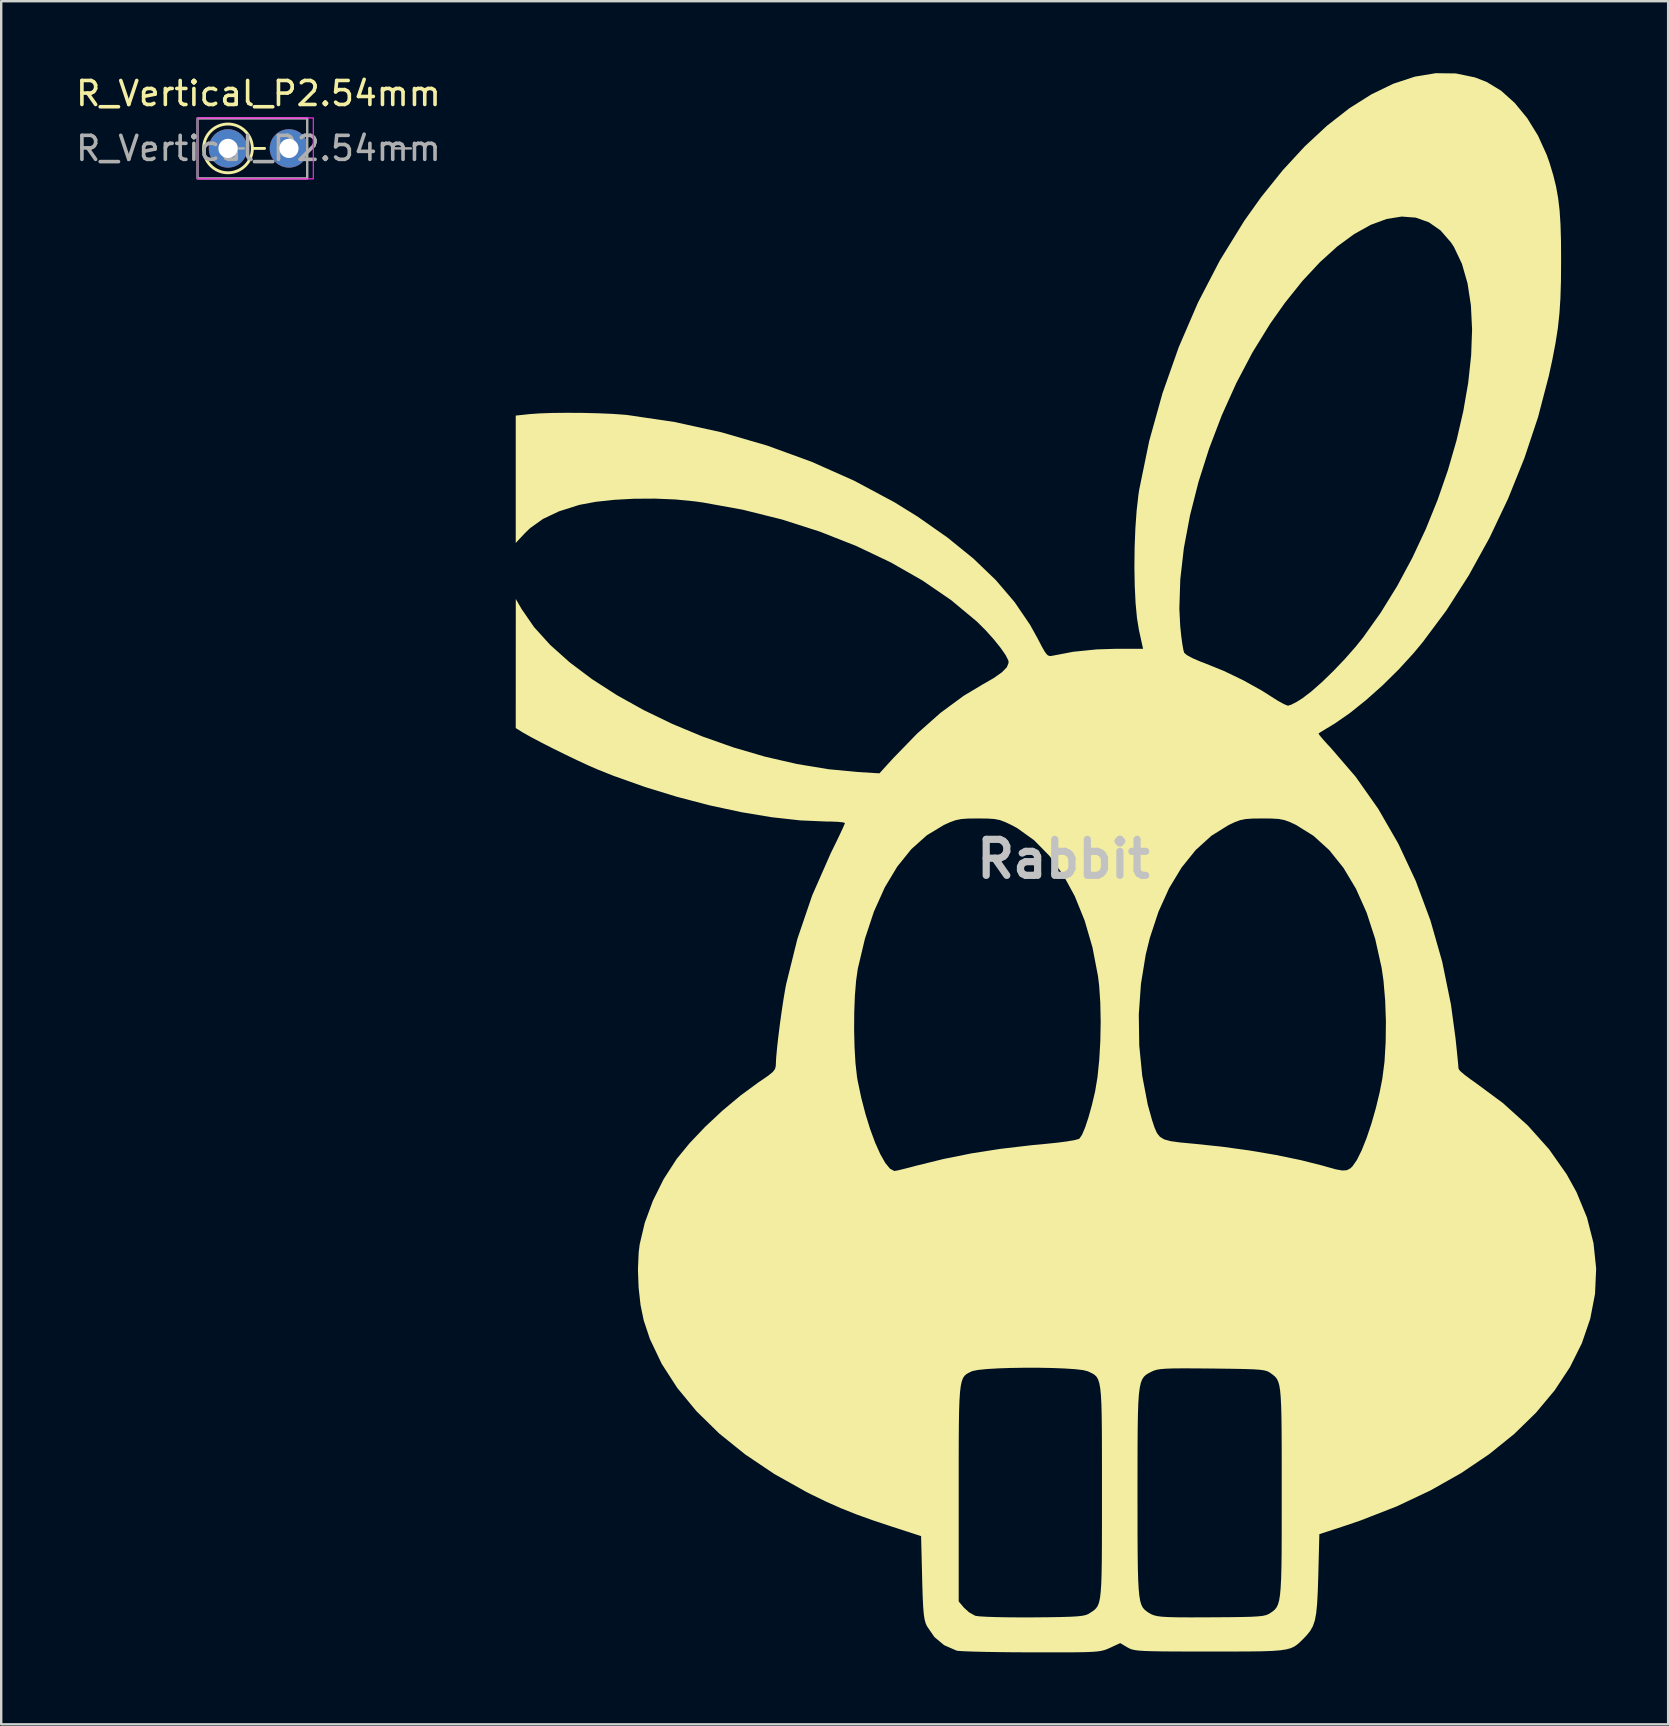
<source format=kicad_pcb>
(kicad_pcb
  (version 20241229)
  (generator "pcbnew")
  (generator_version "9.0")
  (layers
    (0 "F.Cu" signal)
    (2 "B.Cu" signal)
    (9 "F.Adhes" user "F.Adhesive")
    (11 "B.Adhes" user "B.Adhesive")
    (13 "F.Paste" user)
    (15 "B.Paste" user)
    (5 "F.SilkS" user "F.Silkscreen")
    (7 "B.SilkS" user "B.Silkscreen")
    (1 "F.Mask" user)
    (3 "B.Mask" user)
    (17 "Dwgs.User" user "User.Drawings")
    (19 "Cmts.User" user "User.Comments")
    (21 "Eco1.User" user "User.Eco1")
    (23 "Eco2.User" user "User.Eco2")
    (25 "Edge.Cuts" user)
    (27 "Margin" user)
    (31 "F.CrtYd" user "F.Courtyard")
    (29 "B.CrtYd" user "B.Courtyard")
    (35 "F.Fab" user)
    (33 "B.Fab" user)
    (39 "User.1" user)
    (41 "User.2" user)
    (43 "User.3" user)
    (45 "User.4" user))
  (footprint "Rabbit"
    (layer "F.Cu")
    (at 41.258 32.747)
    (property "Reference" "Rabbit" (at 0 0 0) (layer "Dwgs.User") (effects (font (size 1.5 1.5) (thickness 0.3))))
    (attr board_only exclude_from_pos_files exclude_from_bom)
    (fp_poly (pts (xy 16.353 -32.737) (xy 17.154 -32.571) (xy 17.641 -32.381) (xy 18.24 -32.018) (xy 18.807 -31.509) (xy 19.326 -30.878) (xy 19.777 -30.148) (xy 20.143 -29.342) (xy 20.264 -28.998) (xy 20.415 -28.495) (xy 20.532 -28.02) (xy 20.618 -27.54) (xy 20.679 -27.022) (xy 20.717 -26.434) (xy 20.737 -25.742) (xy 20.741 -24.934) (xy 20.735 -24.09) (xy 20.713 -23.37) (xy 20.671 -22.728) (xy 20.605 -22.119) (xy 20.508 -21.498) (xy 20.378 -20.819) (xy 20.227 -20.123) (xy 19.781 -18.417) (xy 19.212 -16.708) (xy 18.533 -15.021) (xy 17.756 -13.384) (xy 16.894 -11.822) (xy 15.96 -10.361) (xy 14.967 -9.029) (xy 14.588 -8.574) (xy 13.971 -7.899) (xy 13.302 -7.239) (xy 12.614 -6.626) (xy 11.943 -6.088) (xy 11.321 -5.656) (xy 11.196 -5.579) (xy 10.934 -5.422) (xy 10.734 -5.299) (xy 10.636 -5.237) (xy 10.633 -5.235) (xy 10.672 -5.166) (xy 10.805 -5.005) (xy 11.009 -4.778) (xy 11.143 -4.636) (xy 12.182 -3.429) (xy 13.121 -2.094) (xy 13.957 -0.644) (xy 14.684 0.91) (xy 15.295 2.553) (xy 15.786 4.274) (xy 16.151 6.059) (xy 16.343 7.476) (xy 16.388 7.907) (xy 16.426 8.281) (xy 16.453 8.564) (xy 16.466 8.722) (xy 16.467 8.739) (xy 16.533 8.829) (xy 16.711 8.983) (xy 16.968 9.176) (xy 17.124 9.284) (xy 18.312 10.162) (xy 19.352 11.099) (xy 20.239 12.09) (xy 20.97 13.13) (xy 21.382 13.876) (xy 21.819 14.936) (xy 22.091 16) (xy 22.202 17.062) (xy 22.155 18.116) (xy 21.955 19.156) (xy 21.605 20.176) (xy 21.109 21.172) (xy 20.472 22.138) (xy 19.697 23.067) (xy 18.788 23.954) (xy 17.748 24.794) (xy 16.583 25.581) (xy 15.295 26.309) (xy 13.889 26.973) (xy 12.368 27.566) (xy 11.769 27.77) (xy 10.668 28.129) (xy 10.623 29.855) (xy 10.602 30.513) (xy 10.575 31.027) (xy 10.536 31.423) (xy 10.479 31.728) (xy 10.397 31.966) (xy 10.285 32.164) (xy 10.136 32.348) (xy 10.012 32.478) (xy 9.875 32.613) (xy 9.752 32.724) (xy 9.624 32.813) (xy 9.472 32.882) (xy 9.28 32.933) (xy 9.029 32.97) (xy 8.701 32.995) (xy 8.279 33.01) (xy 7.745 33.017) (xy 7.08 33.02) (xy 6.267 33.02) (xy 6.096 33.02) (xy 5.283 33.02) (xy 4.622 33.018) (xy 4.095 33.014) (xy 3.685 33.007) (xy 3.373 32.996) (xy 3.142 32.981) (xy 2.975 32.959) (xy 2.853 32.931) (xy 2.76 32.895) (xy 2.677 32.851) (xy 2.666 32.845) (xy 2.37 32.669) (xy 1.947 32.865) (xy 1.829 32.917) (xy 1.714 32.959) (xy 1.583 32.992) (xy 1.416 33.017) (xy 1.195 33.034) (xy 0.899 33.046) (xy 0.51 33.052) (xy 0.008 33.055) (xy -0.626 33.055) (xy -1.355 33.054) (xy -2.045 33.051) (xy -2.689 33.044) (xy -3.264 33.035) (xy -3.749 33.023) (xy -4.124 33.009) (xy -4.366 32.994) (xy -4.446 32.983) (xy -4.967 32.756) (xy -5.374 32.415) (xy -5.684 31.962) (xy -5.739 31.836) (xy -5.782 31.679) (xy -5.815 31.464) (xy -5.84 31.166) (xy -5.86 30.761) (xy -5.877 30.222) (xy -5.884 29.938) (xy -5.927 28.211) (xy -7.154 27.813) (xy -7.958 27.545) (xy -8.645 27.298) (xy -9.263 27.051) (xy -9.862 26.785) (xy -10.488 26.482) (xy -10.71 26.369) (xy -11.364 26.003) (xy -4.36 26.003) (xy -4.36 26.448) (xy -4.36 30.933) (xy -4.142 31.193) (xy -3.927 31.387) (xy -3.686 31.522) (xy -3.655 31.533) (xy -3.497 31.554) (xy -3.197 31.572) (xy -2.781 31.586) (xy -2.276 31.595) (xy -1.707 31.598) (xy -1.266 31.597) (xy -0.6 31.591) (xy -0.082 31.582) (xy 0.31 31.57) (xy 0.597 31.553) (xy 0.8 31.529) (xy 0.941 31.497) (xy 1.041 31.456) (xy 1.082 31.431) (xy 1.195 31.358) (xy 1.291 31.29) (xy 1.37 31.212) (xy 1.436 31.111) (xy 1.488 30.974) (xy 1.528 30.784) (xy 1.558 30.53) (xy 1.58 30.197) (xy 1.594 29.77) (xy 1.603 29.236) (xy 1.607 28.582) (xy 1.609 27.792) (xy 1.609 26.853) (xy 1.609 26.403) (xy 3.09 26.403) (xy 3.091 27.413) (xy 3.092 28.268) (xy 3.097 28.981) (xy 3.105 29.567) (xy 3.119 30.04) (xy 3.139 30.413) (xy 3.167 30.7) (xy 3.204 30.916) (xy 3.252 31.075) (xy 3.311 31.19) (xy 3.383 31.275) (xy 3.469 31.345) (xy 3.548 31.399) (xy 3.652 31.46) (xy 3.766 31.508) (xy 3.912 31.544) (xy 4.11 31.569) (xy 4.383 31.585) (xy 4.75 31.594) (xy 5.233 31.597) (xy 5.853 31.596) (xy 6.265 31.593) (xy 6.924 31.589) (xy 7.436 31.582) (xy 7.822 31.572) (xy 8.104 31.556) (xy 8.305 31.534) (xy 8.446 31.503) (xy 8.548 31.462) (xy 8.626 31.415) (xy 8.728 31.344) (xy 8.814 31.27) (xy 8.886 31.179) (xy 8.945 31.057) (xy 8.992 30.89) (xy 9.028 30.665) (xy 9.055 30.367) (xy 9.075 29.983) (xy 9.088 29.498) (xy 9.096 28.898) (xy 9.099 28.17) (xy 9.1 27.3) (xy 9.1 26.355) (xy 9.1 25.358) (xy 9.099 24.516) (xy 9.095 23.814) (xy 9.088 23.24) (xy 9.076 22.778) (xy 9.057 22.414) (xy 9.032 22.134) (xy 8.997 21.924) (xy 8.953 21.77) (xy 8.897 21.658) (xy 8.828 21.572) (xy 8.746 21.5) (xy 8.651 21.429) (xy 8.57 21.375) (xy 8.477 21.333) (xy 8.349 21.301) (xy 8.165 21.277) (xy 7.905 21.26) (xy 7.546 21.248) (xy 7.069 21.239) (xy 6.45 21.231) (xy 6.196 21.228) (xy 5.515 21.222) (xy 4.981 21.22) (xy 4.573 21.224) (xy 4.269 21.235) (xy 4.048 21.253) (xy 3.888 21.28) (xy 3.767 21.317) (xy 3.683 21.355) (xy 3.556 21.42) (xy 3.449 21.486) (xy 3.36 21.567) (xy 3.287 21.676) (xy 3.228 21.827) (xy 3.183 22.035) (xy 3.148 22.313) (xy 3.124 22.674) (xy 3.108 23.134) (xy 3.098 23.705) (xy 3.093 24.401) (xy 3.091 25.237) (xy 3.09 26.226) (xy 3.09 26.403) (xy 1.609 26.403) (xy 1.609 26.377) (xy 1.609 25.361) (xy 1.608 24.501) (xy 1.605 23.782) (xy 1.598 23.191) (xy 1.586 22.715) (xy 1.566 22.34) (xy 1.537 22.051) (xy 1.498 21.836) (xy 1.447 21.68) (xy 1.383 21.57) (xy 1.303 21.492) (xy 1.206 21.432) (xy 1.091 21.377) (xy 1.019 21.343) (xy 0.827 21.294) (xy 0.495 21.255) (xy 0.054 21.226) (xy -0.466 21.206) (xy -1.034 21.195) (xy -1.622 21.195) (xy -2.198 21.204) (xy -2.733 21.222) (xy -3.196 21.25) (xy -3.558 21.287) (xy -3.789 21.334) (xy -3.822 21.347) (xy -3.936 21.402) (xy -4.033 21.457) (xy -4.114 21.527) (xy -4.18 21.624) (xy -4.233 21.764) (xy -4.275 21.958) (xy -4.306 22.221) (xy -4.329 22.567) (xy -4.344 23.008) (xy -4.353 23.558) (xy -4.358 24.232) (xy -4.36 25.042) (xy -4.36 26.003) (xy -11.364 26.003) (xy -12.046 25.621) (xy -13.257 24.807) (xy -14.339 23.935) (xy -15.283 23.011) (xy -16.083 22.042) (xy -16.733 21.036) (xy -17.227 19.999) (xy -17.486 19.219) (xy -17.617 18.583) (xy -17.698 17.854) (xy -17.726 17.103) (xy -17.696 16.4) (xy -17.655 16.062) (xy -17.443 15.161) (xy -17.102 14.235) (xy -16.653 13.333) (xy -16.119 12.506) (xy -16.106 12.488) (xy -15.575 11.84) (xy -14.929 11.16) (xy -14.208 10.485) (xy -13.452 9.853) (xy -12.701 9.301) (xy -12.594 9.23) (xy -12.293 9.023) (xy -12.11 8.874) (xy -12.015 8.75) (xy -11.982 8.621) (xy -11.98 8.56) (xy -11.967 8.289) (xy -11.931 7.891) (xy -11.877 7.406) (xy -11.842 7.128) (xy -8.718 7.128) (xy -8.7 7.848) (xy -8.661 8.511) (xy -8.598 9.071) (xy -8.572 9.229) (xy -8.422 9.942) (xy -8.245 10.624) (xy -8.049 11.256) (xy -7.841 11.819) (xy -7.628 12.294) (xy -7.42 12.661) (xy -7.224 12.901) (xy -7.047 12.995) (xy -7.032 12.996) (xy -6.916 12.975) (xy -6.677 12.919) (xy -6.355 12.837) (xy -6.138 12.779) (xy -4.99 12.496) (xy -3.83 12.263) (xy -2.611 12.073) (xy -1.288 11.918) (xy -0.702 11.863) (xy -0.24 11.816) (xy 0.159 11.763) (xy 0.464 11.711) (xy 0.643 11.663) (xy 0.669 11.648) (xy 0.778 11.49) (xy 0.906 11.189) (xy 1.044 10.773) (xy 1.186 10.266) (xy 1.321 9.695) (xy 1.325 9.675) (xy 1.424 9.081) (xy 1.496 8.367) (xy 1.541 7.582) (xy 1.556 6.773) (xy 1.55 6.474) (xy 3.144 6.474) (xy 3.163 7.767) (xy 3.288 9.033) (xy 3.517 10.232) (xy 3.698 10.88) (xy 3.8 11.188) (xy 3.899 11.413) (xy 4.024 11.572) (xy 4.202 11.68) (xy 4.461 11.752) (xy 4.829 11.804) (xy 5.333 11.852) (xy 5.433 11.861) (xy 6.593 11.982) (xy 7.75 12.141) (xy 8.863 12.33) (xy 9.894 12.544) (xy 10.803 12.773) (xy 10.964 12.82) (xy 11.355 12.928) (xy 11.625 12.976) (xy 11.812 12.964) (xy 11.954 12.891) (xy 12.045 12.806) (xy 12.23 12.541) (xy 12.431 12.137) (xy 12.636 11.623) (xy 12.836 11.027) (xy 13.022 10.378) (xy 13.184 9.705) (xy 13.293 9.144) (xy 13.383 8.439) (xy 13.431 7.624) (xy 13.441 6.755) (xy 13.41 5.887) (xy 13.341 5.073) (xy 13.263 4.53) (xy 12.995 3.329) (xy 12.637 2.229) (xy 12.195 1.239) (xy 11.675 0.369) (xy 11.082 -0.371) (xy 10.423 -0.97) (xy 9.703 -1.419) (xy 9.696 -1.423) (xy 9.427 -1.549) (xy 9.203 -1.628) (xy 8.969 -1.672) (xy 8.67 -1.69) (xy 8.297 -1.693) (xy 7.894 -1.689) (xy 7.604 -1.669) (xy 7.372 -1.623) (xy 7.144 -1.539) (xy 6.88 -1.414) (xy 6.171 -0.973) (xy 5.518 -0.381) (xy 4.928 0.351) (xy 4.408 1.212) (xy 3.965 2.191) (xy 3.606 3.277) (xy 3.433 3.98) (xy 3.234 5.198) (xy 3.144 6.474) (xy 1.55 6.474) (xy 1.54 5.989) (xy 1.493 5.278) (xy 1.446 4.888) (xy 1.214 3.68) (xy 0.888 2.562) (xy 0.476 1.545) (xy -0.017 0.641) (xy -0.584 -0.14) (xy -1.218 -0.785) (xy -1.914 -1.285) (xy -2.146 -1.411) (xy -2.42 -1.542) (xy -2.644 -1.625) (xy -2.874 -1.67) (xy -3.163 -1.689) (xy -3.556 -1.693) (xy -3.962 -1.689) (xy -4.256 -1.668) (xy -4.494 -1.619) (xy -4.733 -1.532) (xy -4.979 -1.42) (xy -5.687 -0.993) (xy -6.337 -0.411) (xy -6.923 0.317) (xy -7.443 1.185) (xy -7.893 2.188) (xy -8.267 3.317) (xy -8.564 4.567) (xy -8.565 4.572) (xy -8.636 5.072) (xy -8.686 5.695) (xy -8.713 6.395) (xy -8.718 7.128) (xy -11.842 7.128) (xy -11.81 6.873) (xy -11.735 6.333) (xy -11.658 5.825) (xy -11.584 5.389) (xy -11.549 5.209) (xy -11.082 3.326) (xy -10.464 1.512) (xy -9.688 -0.253) (xy -9.646 -0.339) (xy -9.452 -0.734) (xy -9.289 -1.075) (xy -9.169 -1.334) (xy -9.107 -1.481) (xy -9.101 -1.503) (xy -9.18 -1.53) (xy -9.391 -1.552) (xy -9.696 -1.565) (xy -9.885 -1.566) (xy -10.962 -1.612) (xy -12.151 -1.744) (xy -13.423 -1.956) (xy -14.747 -2.241) (xy -16.094 -2.593) (xy -17.435 -3.004) (xy -18.739 -3.468) (xy -19.389 -3.726) (xy -19.761 -3.888) (xy -20.221 -4.1) (xy -20.73 -4.344) (xy -21.249 -4.6) (xy -21.74 -4.85) (xy -22.163 -5.073) (xy -22.482 -5.252) (xy -22.543 -5.288) (xy -22.818 -5.459) (xy -22.817 -8.148) (xy -22.816 -10.837) (xy -22.57 -10.414) (xy -22.052 -9.663) (xy -21.38 -8.922) (xy -20.57 -8.198) (xy -19.641 -7.499) (xy -18.606 -6.832) (xy -17.483 -6.207) (xy -16.287 -5.629) (xy -15.036 -5.108) (xy -13.744 -4.652) (xy -12.428 -4.267) (xy -11.105 -3.962) (xy -9.79 -3.745) (xy -8.573 -3.628) (xy -7.663 -3.573) (xy -7.093 -4.199) (xy -6.093 -5.229) (xy -5.116 -6.095) (xy -4.155 -6.803) (xy -3.397 -7.257) (xy -2.9 -7.543) (xy -2.555 -7.787) (xy -2.351 -7.998) (xy -2.28 -8.185) (xy -2.292 -8.276) (xy -2.406 -8.502) (xy -2.619 -8.809) (xy -2.904 -9.163) (xy -3.234 -9.53) (xy -3.583 -9.878) (xy -3.612 -9.905) (xy -4.671 -10.787) (xy -5.873 -11.61) (xy -7.198 -12.366) (xy -8.628 -13.046) (xy -10.144 -13.644) (xy -11.727 -14.151) (xy -13.359 -14.558) (xy -15.019 -14.859) (xy -15.367 -14.907) (xy -16.166 -14.985) (xy -17.02 -15.02) (xy -17.886 -15.015) (xy -18.722 -14.97) (xy -19.484 -14.887) (xy -20.13 -14.767) (xy -20.214 -14.745) (xy -21.021 -14.488) (xy -21.684 -14.173) (xy -22.219 -13.791) (xy -22.436 -13.581) (xy -22.818 -13.173) (xy -22.818 -15.826) (xy -22.818 -18.48) (xy -22.246 -18.541) (xy -21.832 -18.571) (xy -21.293 -18.59) (xy -20.674 -18.596) (xy -20.019 -18.592) (xy -19.373 -18.576) (xy -18.781 -18.551) (xy -18.285 -18.515) (xy -18.161 -18.503) (xy -16.202 -18.213) (xy -14.254 -17.786) (xy -12.341 -17.23) (xy -10.484 -16.553) (xy -8.709 -15.763) (xy -7.039 -14.869) (xy -6.069 -14.268) (xy -4.825 -13.396) (xy -3.742 -12.517) (xy -2.813 -11.624) (xy -2.031 -10.708) (xy -1.387 -9.763) (xy -1.078 -9.205) (xy -0.895 -8.853) (xy -0.766 -8.628) (xy -0.668 -8.506) (xy -0.581 -8.46) (xy -0.484 -8.467) (xy -0.466 -8.471) (xy 0.415 -8.639) (xy 1.398 -8.738) (xy 2.212 -8.763) (xy 3.322 -8.763) (xy 3.15 -9.546) (xy 3.069 -10.041) (xy 3.032 -10.435) (xy 4.834 -10.435) (xy 4.871 -9.701) (xy 4.912 -9.303) (xy 4.959 -8.957) (xy 5.004 -8.704) (xy 5.037 -8.595) (xy 5.153 -8.496) (xy 5.393 -8.367) (xy 5.719 -8.227) (xy 5.862 -8.174) (xy 6.674 -7.846) (xy 7.501 -7.449) (xy 8.271 -7.02) (xy 8.65 -6.78) (xy 8.935 -6.599) (xy 9.181 -6.463) (xy 9.343 -6.396) (xy 9.366 -6.392) (xy 9.506 -6.438) (xy 9.731 -6.555) (xy 9.96 -6.699) (xy 10.335 -6.985) (xy 10.777 -7.375) (xy 11.253 -7.837) (xy 11.73 -8.337) (xy 12.175 -8.842) (xy 12.486 -9.229) (xy 13.226 -10.27) (xy 13.911 -11.379) (xy 14.536 -12.542) (xy 15.099 -13.743) (xy 15.597 -14.971) (xy 16.026 -16.209) (xy 16.383 -17.443) (xy 16.665 -18.661) (xy 16.87 -19.846) (xy 16.993 -20.986) (xy 17.032 -22.065) (xy 16.983 -23.071) (xy 16.843 -23.987) (xy 16.61 -24.801) (xy 16.28 -25.499) (xy 16.151 -25.697) (xy 15.719 -26.194) (xy 15.228 -26.536) (xy 14.685 -26.729) (xy 14.097 -26.773) (xy 13.469 -26.672) (xy 12.808 -26.428) (xy 12.121 -26.045) (xy 11.413 -25.526) (xy 10.692 -24.873) (xy 9.962 -24.089) (xy 9.232 -23.177) (xy 8.618 -22.309) (xy 7.881 -21.113) (xy 7.206 -19.831) (xy 6.601 -18.488) (xy 6.074 -17.106) (xy 5.63 -15.709) (xy 5.278 -14.32) (xy 5.023 -12.963) (xy 4.873 -11.66) (xy 4.834 -10.435) (xy 3.032 -10.435) (xy 3.01 -10.668) (xy 2.975 -11.391) (xy 2.961 -12.173) (xy 2.97 -12.979) (xy 3.001 -13.773) (xy 3.054 -14.518) (xy 3.129 -15.179) (xy 3.164 -15.405) (xy 3.579 -17.425) (xy 4.131 -19.407) (xy 4.81 -21.334) (xy 5.609 -23.187) (xy 6.522 -24.946) (xy 7.539 -26.595) (xy 8.243 -27.584) (xy 9.146 -28.708) (xy 10.063 -29.701) (xy 10.989 -30.561) (xy 11.917 -31.285) (xy 12.84 -31.868) (xy 13.752 -32.309) (xy 14.646 -32.603) (xy 15.515 -32.747)) (stroke (width 0) (type solid)) (fill yes) (layer "F.SilkS")))
  (footprint "R_Vertical_P2.54mm"
    (layer "F.Cu")
    (at 6.45 3.134)
    (property "Reference" "R_Vertical_P2.54mm" (at 1.27 -2.286 0) (layer "F.SilkS") (effects (font (size 1 1) (thickness 0.15))))
    (attr through_hole)
    (fp_line (start 1.016 0) (end 1.524 0) (stroke (width 0.12) (type solid)) (layer "F.SilkS"))
    (fp_circle (center 0 0) (end 0 -1.016) (stroke (width 0.12) (type solid)) (fill no) (layer "F.SilkS"))
    (fp_rect (start -1.27 -1.27) (end 3.556 1.27) (stroke (width 0.05) (type solid)) (fill no) (layer "F.CrtYd"))
    (fp_line (start 0 0) (end 0.66 0) (stroke (width 0.1) (type solid)) (layer "F.Fab"))
    (fp_line (start 7.62 0) (end 6.96 0) (stroke (width 0.1) (type solid)) (layer "F.Fab"))
    (fp_rect (start -1.27 -1.25) (end 3.302 1.25) (stroke (width 0.1) (type solid)) (fill no) (layer "F.Fab"))
    (fp_text user "${REFERENCE}" (at 1.27 0 0) (layer "F.Fab") (effects (font (size 1 1) (thickness 0.15))))
    (pad "1" thru_hole circle (at 0 0) (size 1.6 1.6) (drill 0.8) (layers "*.Cu" "*.Mask"))
    (pad "2" thru_hole circle (at 2.54 0) (size 1.6 1.6) (drill 0.8) (layers "*.Cu" "*.Mask")))
  (gr_rect
    (start -3 -3)
    (end 66.46 68.802)
    (stroke (width 0.1) (type default))
    (fill no)
    (layer "Edge.Cuts")))
</source>
